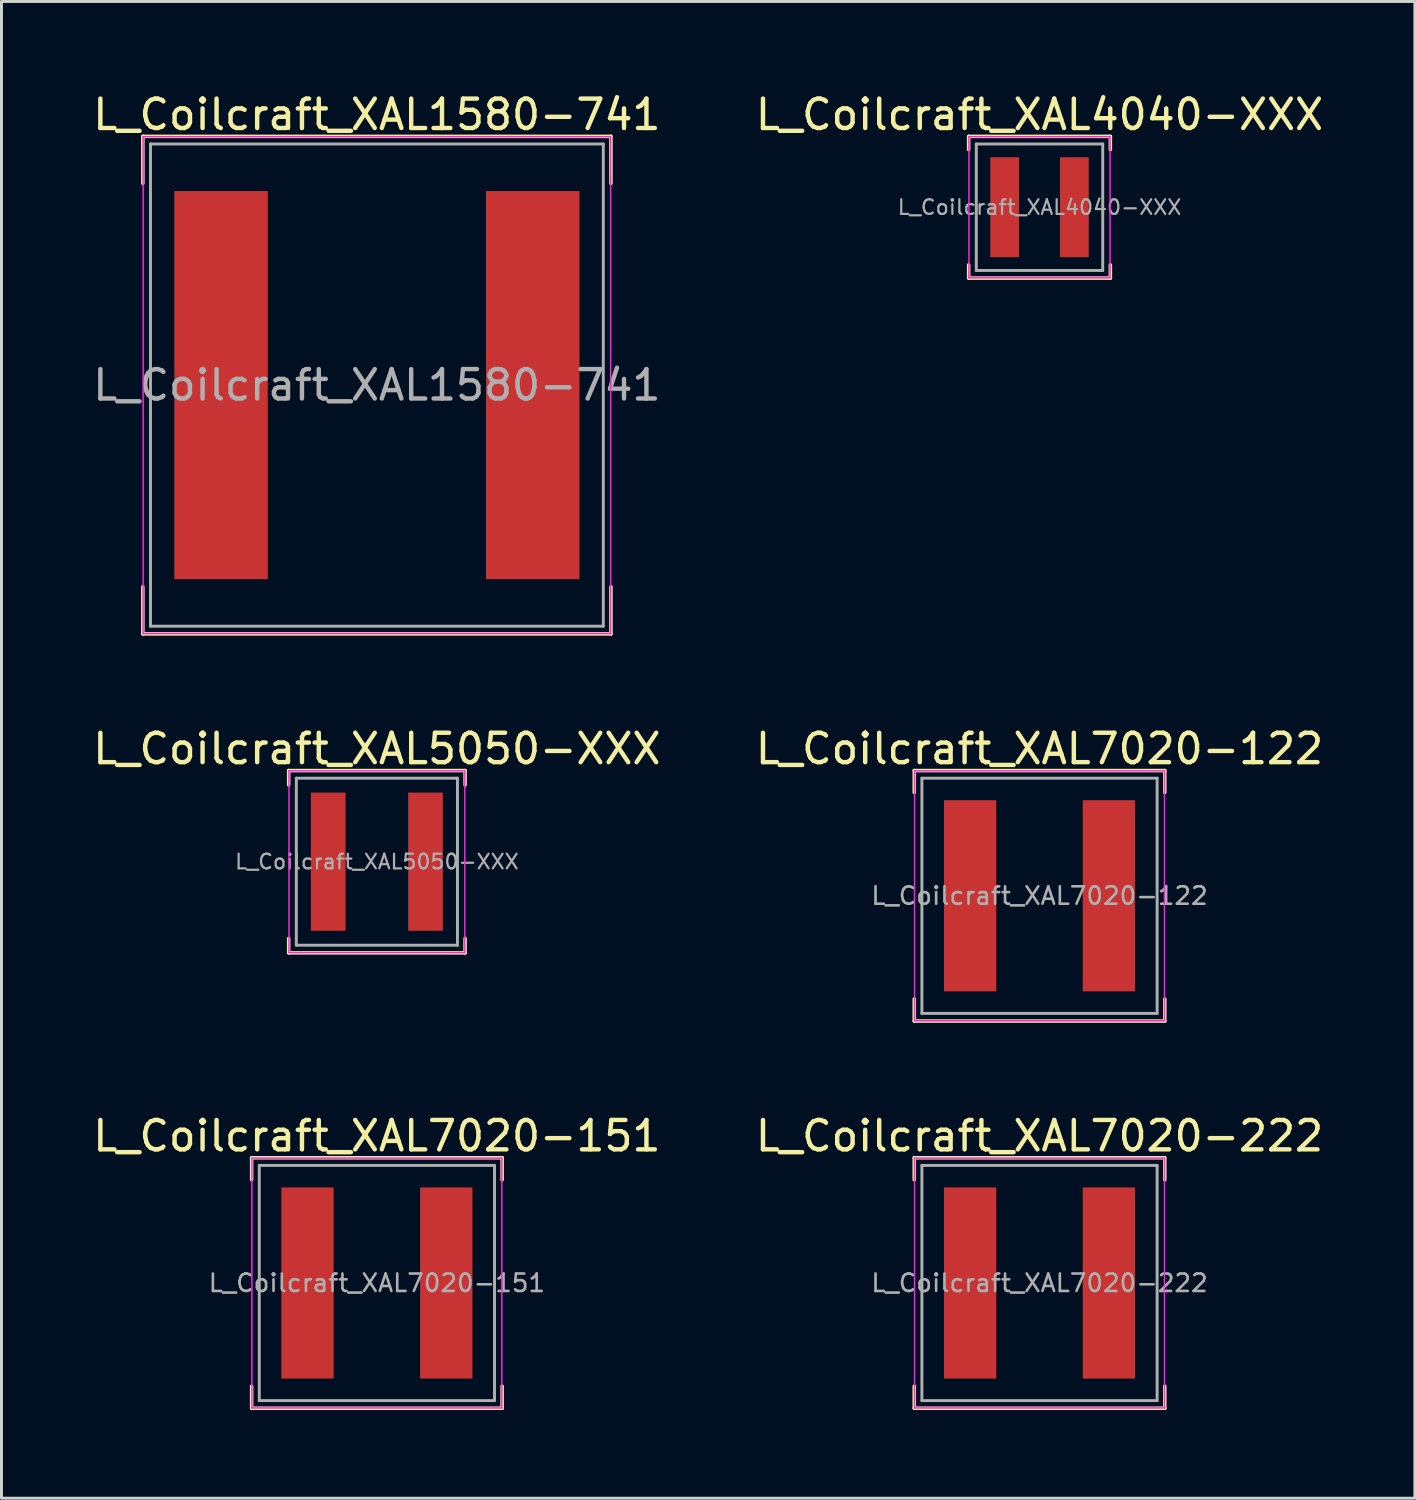
<source format=kicad_pcb>
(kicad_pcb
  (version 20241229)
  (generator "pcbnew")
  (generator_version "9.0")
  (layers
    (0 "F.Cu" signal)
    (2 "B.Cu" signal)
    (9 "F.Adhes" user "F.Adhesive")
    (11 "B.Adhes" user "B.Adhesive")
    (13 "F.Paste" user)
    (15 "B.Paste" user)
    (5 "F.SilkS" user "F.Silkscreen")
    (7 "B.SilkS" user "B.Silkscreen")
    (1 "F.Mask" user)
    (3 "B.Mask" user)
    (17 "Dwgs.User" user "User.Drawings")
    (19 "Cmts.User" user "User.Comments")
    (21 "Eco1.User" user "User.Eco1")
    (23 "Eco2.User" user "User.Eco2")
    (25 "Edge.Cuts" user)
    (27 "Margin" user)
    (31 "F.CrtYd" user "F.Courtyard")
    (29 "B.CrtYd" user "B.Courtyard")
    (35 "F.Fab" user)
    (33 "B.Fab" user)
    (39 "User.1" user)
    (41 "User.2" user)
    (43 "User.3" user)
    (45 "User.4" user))
  (footprint "L_Coilcraft_XAL7020-151"
    (layer "F.Cu")
    (at 9.768 40.585)
    (property "Reference" "L_Coilcraft_XAL7020-151" (at 0 -5 0) (layer "F.SilkS") (effects (font (size 1 1) (thickness 0.15))))
    (attr smd)
    (fp_line (start -4.26 -4.26) (end -4.26 -3.51) (stroke (width 0.12) (type solid)) (layer "F.SilkS"))
    (fp_line (start -4.26 -4.26) (end 4.26 -4.26) (stroke (width 0.12) (type solid)) (layer "F.SilkS"))
    (fp_line (start -4.26 4.26) (end -4.26 3.51) (stroke (width 0.12) (type solid)) (layer "F.SilkS"))
    (fp_line (start -4.26 4.26) (end 4.26 4.26) (stroke (width 0.12) (type solid)) (layer "F.SilkS"))
    (fp_line (start 4.26 -4.26) (end 4.26 -3.51) (stroke (width 0.12) (type solid)) (layer "F.SilkS"))
    (fp_line (start 4.26 4.26) (end 4.26 3.51) (stroke (width 0.12) (type solid)) (layer "F.SilkS"))
    (fp_line (start -4.25 -4.25) (end -4.25 4.25) (stroke (width 0.05) (type solid)) (layer "F.CrtYd"))
    (fp_line (start -4.25 4.25) (end 4.25 4.25) (stroke (width 0.05) (type solid)) (layer "F.CrtYd"))
    (fp_line (start 4.25 -4.25) (end -4.25 -4.25) (stroke (width 0.05) (type solid)) (layer "F.CrtYd"))
    (fp_line (start 4.25 4.25) (end 4.25 -4.25) (stroke (width 0.05) (type solid)) (layer "F.CrtYd"))
    (fp_line (start -4 -4) (end -4 4) (stroke (width 0.1) (type solid)) (layer "F.Fab"))
    (fp_line (start -4 4) (end 4 4) (stroke (width 0.1) (type solid)) (layer "F.Fab"))
    (fp_line (start 4 -4) (end -4 -4) (stroke (width 0.1) (type solid)) (layer "F.Fab"))
    (fp_line (start 4 4) (end 4 -4) (stroke (width 0.1) (type solid)) (layer "F.Fab"))
    (fp_text user "${REFERENCE}" (at 0 0 0) (layer "F.Fab") (effects (font (size 0.593 0.593) (thickness 0.089))))
    (pad "1" smd rect (at -2.36 0) (size 1.78 6.5) (layers "F.Cu" "F.Mask" "F.Paste"))
    (pad "2" smd rect (at 2.36 0) (size 1.78 6.5) (layers "F.Cu" "F.Mask" "F.Paste")))
  (footprint "L_Coilcraft_XAL1580-741"
    (layer "F.Cu")
    (at 9.768 10.048)
    (property "Reference" "L_Coilcraft_XAL1580-741" (at 0 -9.2 0) (layer "F.SilkS") (effects (font (size 1 1) (thickness 0.15))))
    (attr smd)
    (fp_line (start -7.96 -8.46) (end -7.96 -6.86) (stroke (width 0.12) (type solid)) (layer "F.SilkS"))
    (fp_line (start -7.96 -8.46) (end 7.96 -8.46) (stroke (width 0.12) (type solid)) (layer "F.SilkS"))
    (fp_line (start -7.96 8.46) (end -7.96 6.86) (stroke (width 0.12) (type solid)) (layer "F.SilkS"))
    (fp_line (start -7.96 8.46) (end 7.96 8.46) (stroke (width 0.12) (type solid)) (layer "F.SilkS"))
    (fp_line (start 7.96 -8.46) (end 7.96 -6.86) (stroke (width 0.12) (type solid)) (layer "F.SilkS"))
    (fp_line (start 7.96 8.46) (end 7.96 6.86) (stroke (width 0.12) (type solid)) (layer "F.SilkS"))
    (fp_line (start -7.95 -8.45) (end -7.95 8.45) (stroke (width 0.05) (type solid)) (layer "F.CrtYd"))
    (fp_line (start -7.95 8.45) (end 7.95 8.45) (stroke (width 0.05) (type solid)) (layer "F.CrtYd"))
    (fp_line (start 7.95 -8.45) (end -7.95 -8.45) (stroke (width 0.05) (type solid)) (layer "F.CrtYd"))
    (fp_line (start 7.95 8.45) (end 7.95 -8.45) (stroke (width 0.05) (type solid)) (layer "F.CrtYd"))
    (fp_line (start -7.7 -8.2) (end -7.7 8.2) (stroke (width 0.1) (type solid)) (layer "F.Fab"))
    (fp_line (start -7.7 8.2) (end 7.7 8.2) (stroke (width 0.1) (type solid)) (layer "F.Fab"))
    (fp_line (start 7.7 -8.2) (end -7.7 -8.2) (stroke (width 0.1) (type solid)) (layer "F.Fab"))
    (fp_line (start 7.7 8.2) (end 7.7 -8.2) (stroke (width 0.1) (type solid)) (layer "F.Fab"))
    (fp_text user "${REFERENCE}" (at 0 0 0) (layer "F.Fab") (effects (font (size 1 1) (thickness 0.15))))
    (pad "1" smd rect (at -5.3 0) (size 3.18 13.2) (layers "F.Cu" "F.Mask" "F.Paste"))
    (pad "2" smd rect (at 5.3 0) (size 3.18 13.2) (layers "F.Cu" "F.Mask" "F.Paste")))
  (footprint "L_Coilcraft_XAL4040-XXX"
    (layer "F.Cu")
    (at 32.304 3.998)
    (property "Reference" "L_Coilcraft_XAL4040-XXX" (at 0 -3.15 0) (layer "F.SilkS") (effects (font (size 1 1) (thickness 0.15))))
    (attr smd)
    (fp_line (start -2.41 -2.41) (end -2.41 -1.96) (stroke (width 0.12) (type solid)) (layer "F.SilkS"))
    (fp_line (start -2.41 -2.41) (end 2.41 -2.41) (stroke (width 0.12) (type solid)) (layer "F.SilkS"))
    (fp_line (start -2.41 2.41) (end -2.41 1.96) (stroke (width 0.12) (type solid)) (layer "F.SilkS"))
    (fp_line (start -2.41 2.41) (end 2.41 2.41) (stroke (width 0.12) (type solid)) (layer "F.SilkS"))
    (fp_line (start 2.41 -2.41) (end 2.41 -1.96) (stroke (width 0.12) (type solid)) (layer "F.SilkS"))
    (fp_line (start 2.41 2.41) (end 2.41 1.96) (stroke (width 0.12) (type solid)) (layer "F.SilkS"))
    (fp_line (start -2.4 -2.4) (end -2.4 2.4) (stroke (width 0.05) (type solid)) (layer "F.CrtYd"))
    (fp_line (start -2.4 2.4) (end 2.4 2.4) (stroke (width 0.05) (type solid)) (layer "F.CrtYd"))
    (fp_line (start 2.4 -2.4) (end -2.4 -2.4) (stroke (width 0.05) (type solid)) (layer "F.CrtYd"))
    (fp_line (start 2.4 2.4) (end 2.4 -2.4) (stroke (width 0.05) (type solid)) (layer "F.CrtYd"))
    (fp_line (start -2.15 -2.15) (end -2.15 2.15) (stroke (width 0.1) (type solid)) (layer "F.Fab"))
    (fp_line (start -2.15 2.15) (end 2.15 2.15) (stroke (width 0.1) (type solid)) (layer "F.Fab"))
    (fp_line (start 2.15 -2.15) (end -2.15 -2.15) (stroke (width 0.1) (type solid)) (layer "F.Fab"))
    (fp_line (start 2.15 2.15) (end 2.15 -2.15) (stroke (width 0.1) (type solid)) (layer "F.Fab"))
    (fp_text user "${REFERENCE}" (at 0 0 0) (layer "F.Fab") (effects (font (size 0.5 0.5) (thickness 0.075))))
    (pad "1" smd rect (at -1.185 0) (size 0.98 3.4) (layers "F.Cu" "F.Mask" "F.Paste"))
    (pad "2" smd rect (at 1.185 0) (size 0.98 3.4) (layers "F.Cu" "F.Mask" "F.Paste")))
  (footprint "L_Coilcraft_XAL7020-122"
    (layer "F.Cu")
    (at 32.304 27.416)
    (property "Reference" "L_Coilcraft_XAL7020-122" (at 0 -5 0) (layer "F.SilkS") (effects (font (size 1 1) (thickness 0.15))))
    (attr smd)
    (fp_line (start -4.26 -4.26) (end -4.26 -3.51) (stroke (width 0.12) (type solid)) (layer "F.SilkS"))
    (fp_line (start -4.26 -4.26) (end 4.26 -4.26) (stroke (width 0.12) (type solid)) (layer "F.SilkS"))
    (fp_line (start -4.26 4.26) (end -4.26 3.51) (stroke (width 0.12) (type solid)) (layer "F.SilkS"))
    (fp_line (start -4.26 4.26) (end 4.26 4.26) (stroke (width 0.12) (type solid)) (layer "F.SilkS"))
    (fp_line (start 4.26 -4.26) (end 4.26 -3.51) (stroke (width 0.12) (type solid)) (layer "F.SilkS"))
    (fp_line (start 4.26 4.26) (end 4.26 3.51) (stroke (width 0.12) (type solid)) (layer "F.SilkS"))
    (fp_line (start -4.25 -4.25) (end -4.25 4.25) (stroke (width 0.05) (type solid)) (layer "F.CrtYd"))
    (fp_line (start -4.25 4.25) (end 4.25 4.25) (stroke (width 0.05) (type solid)) (layer "F.CrtYd"))
    (fp_line (start 4.25 -4.25) (end -4.25 -4.25) (stroke (width 0.05) (type solid)) (layer "F.CrtYd"))
    (fp_line (start 4.25 4.25) (end 4.25 -4.25) (stroke (width 0.05) (type solid)) (layer "F.CrtYd"))
    (fp_line (start -4 -4) (end -4 4) (stroke (width 0.1) (type solid)) (layer "F.Fab"))
    (fp_line (start -4 4) (end 4 4) (stroke (width 0.1) (type solid)) (layer "F.Fab"))
    (fp_line (start 4 -4) (end -4 -4) (stroke (width 0.1) (type solid)) (layer "F.Fab"))
    (fp_line (start 4 4) (end 4 -4) (stroke (width 0.1) (type solid)) (layer "F.Fab"))
    (fp_text user "${REFERENCE}" (at 0 0 0) (layer "F.Fab") (effects (font (size 0.593 0.593) (thickness 0.089))))
    (pad "1" smd rect (at -2.36 0) (size 1.78 6.5) (layers "F.Cu" "F.Mask" "F.Paste"))
    (pad "2" smd rect (at 2.36 0) (size 1.78 6.5) (layers "F.Cu" "F.Mask" "F.Paste")))
  (footprint "L_Coilcraft_XAL7020-222"
    (layer "F.Cu")
    (at 32.304 40.585)
    (property "Reference" "L_Coilcraft_XAL7020-222" (at 0 -5 0) (layer "F.SilkS") (effects (font (size 1 1) (thickness 0.15))))
    (attr smd)
    (fp_line (start -4.26 -4.26) (end -4.26 -3.51) (stroke (width 0.12) (type solid)) (layer "F.SilkS"))
    (fp_line (start -4.26 -4.26) (end 4.26 -4.26) (stroke (width 0.12) (type solid)) (layer "F.SilkS"))
    (fp_line (start -4.26 4.26) (end -4.26 3.51) (stroke (width 0.12) (type solid)) (layer "F.SilkS"))
    (fp_line (start -4.26 4.26) (end 4.26 4.26) (stroke (width 0.12) (type solid)) (layer "F.SilkS"))
    (fp_line (start 4.26 -4.26) (end 4.26 -3.51) (stroke (width 0.12) (type solid)) (layer "F.SilkS"))
    (fp_line (start 4.26 4.26) (end 4.26 3.51) (stroke (width 0.12) (type solid)) (layer "F.SilkS"))
    (fp_line (start -4.25 -4.25) (end -4.25 4.25) (stroke (width 0.05) (type solid)) (layer "F.CrtYd"))
    (fp_line (start -4.25 4.25) (end 4.25 4.25) (stroke (width 0.05) (type solid)) (layer "F.CrtYd"))
    (fp_line (start 4.25 -4.25) (end -4.25 -4.25) (stroke (width 0.05) (type solid)) (layer "F.CrtYd"))
    (fp_line (start 4.25 4.25) (end 4.25 -4.25) (stroke (width 0.05) (type solid)) (layer "F.CrtYd"))
    (fp_line (start -4 -4) (end -4 4) (stroke (width 0.1) (type solid)) (layer "F.Fab"))
    (fp_line (start -4 4) (end 4 4) (stroke (width 0.1) (type solid)) (layer "F.Fab"))
    (fp_line (start 4 -4) (end -4 -4) (stroke (width 0.1) (type solid)) (layer "F.Fab"))
    (fp_line (start 4 4) (end 4 -4) (stroke (width 0.1) (type solid)) (layer "F.Fab"))
    (fp_text user "${REFERENCE}" (at 0 0 0) (layer "F.Fab") (effects (font (size 0.593 0.593) (thickness 0.089))))
    (pad "1" smd rect (at -2.36 0) (size 1.78 6.5) (layers "F.Cu" "F.Mask" "F.Paste"))
    (pad "2" smd rect (at 2.36 0) (size 1.78 6.5) (layers "F.Cu" "F.Mask" "F.Paste")))
  (footprint "L_Coilcraft_XAL5050-XXX"
    (layer "F.Cu")
    (at 9.768 26.256)
    (property "Reference" "L_Coilcraft_XAL5050-XXX" (at 0 -3.84 0) (layer "F.SilkS") (effects (font (size 1 1) (thickness 0.15))))
    (attr smd)
    (fp_line (start -3 -3.1) (end -3 -2.61) (stroke (width 0.12) (type solid)) (layer "F.SilkS"))
    (fp_line (start -3 -3.1) (end 3 -3.1) (stroke (width 0.12) (type solid)) (layer "F.SilkS"))
    (fp_line (start -3 3.1) (end -3 2.61) (stroke (width 0.12) (type solid)) (layer "F.SilkS"))
    (fp_line (start -3 3.1) (end 3 3.1) (stroke (width 0.12) (type solid)) (layer "F.SilkS"))
    (fp_line (start 3 -3.1) (end 3 -2.61) (stroke (width 0.12) (type solid)) (layer "F.SilkS"))
    (fp_line (start 3 3.1) (end 3 2.61) (stroke (width 0.12) (type solid)) (layer "F.SilkS"))
    (fp_line (start -2.99 -3.09) (end -2.99 3.09) (stroke (width 0.05) (type solid)) (layer "F.CrtYd"))
    (fp_line (start -2.99 3.09) (end 2.99 3.09) (stroke (width 0.05) (type solid)) (layer "F.CrtYd"))
    (fp_line (start 2.99 -3.09) (end -2.99 -3.09) (stroke (width 0.05) (type solid)) (layer "F.CrtYd"))
    (fp_line (start 2.99 3.09) (end 2.99 -3.09) (stroke (width 0.05) (type solid)) (layer "F.CrtYd"))
    (fp_line (start -2.74 -2.84) (end -2.74 2.84) (stroke (width 0.1) (type solid)) (layer "F.Fab"))
    (fp_line (start -2.74 2.84) (end 2.74 2.84) (stroke (width 0.1) (type solid)) (layer "F.Fab"))
    (fp_line (start 2.74 -2.84) (end -2.74 -2.84) (stroke (width 0.1) (type solid)) (layer "F.Fab"))
    (fp_line (start 2.74 2.84) (end 2.74 -2.84) (stroke (width 0.1) (type solid)) (layer "F.Fab"))
    (fp_text user "${REFERENCE}" (at 0 0 0) (layer "F.Fab") (effects (font (size 0.5 0.5) (thickness 0.075))))
    (pad "1" smd rect (at -1.655 0) (size 1.18 4.7) (layers "F.Cu" "F.Mask" "F.Paste"))
    (pad "2" smd rect (at 1.655 0) (size 1.18 4.7) (layers "F.Cu" "F.Mask" "F.Paste")))
  (gr_rect
    (start -3 -3)
    (end 45.071 47.905)
    (stroke (width 0.1) (type default))
    (fill no)
    (layer "Edge.Cuts")))
</source>
